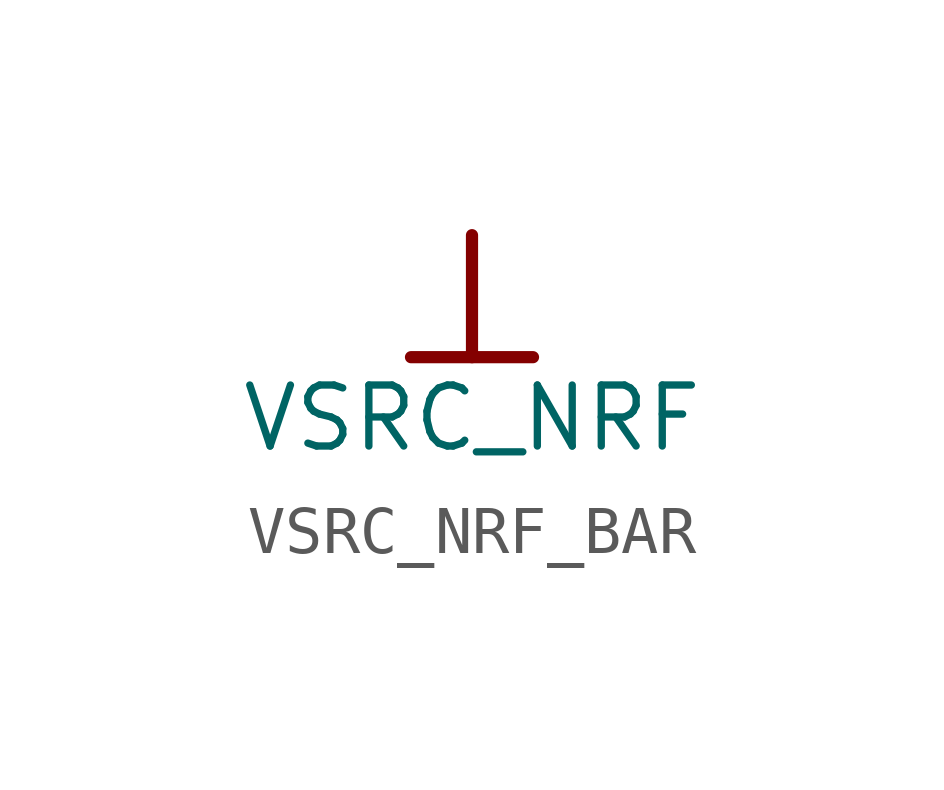
<source format=kicad_sym>
(kicad_symbol_lib
  (version 20241209)
  (generator "kicad_symbol_editor")
  (generator_version "9.0")
  (symbol "VSRC_NRF_BAR"
    (power)
    (property "Reference" "#PWR"
      (at 0 0 0)
      (effects (font (size 1.27 1.27)) (hide yes)))
    (property "Value" "VSRC_NRF"
      (at 0 -3.81 0)
      (effects (font (size 1.27 1.27))))
    (symbol "VSRC_NRF_BAR_0_0"
      (polyline (pts (xy -1.27 -2.54) (xy 1.27 -2.54)) (stroke (width 0.254) (type solid)) (fill (type none)))
      (polyline (pts (xy 0 0) (xy 0 -2.54)) (stroke (width 0.254) (type solid)) (fill (type none)))
      (pin power_in line (at 0 0 0) (length 0) (hide yes) (name "VSRC_NRF" (effects (font (size 1.27 1.27)))) (number "" (effects (font (size 1.27 1.27))))))))
</source>
